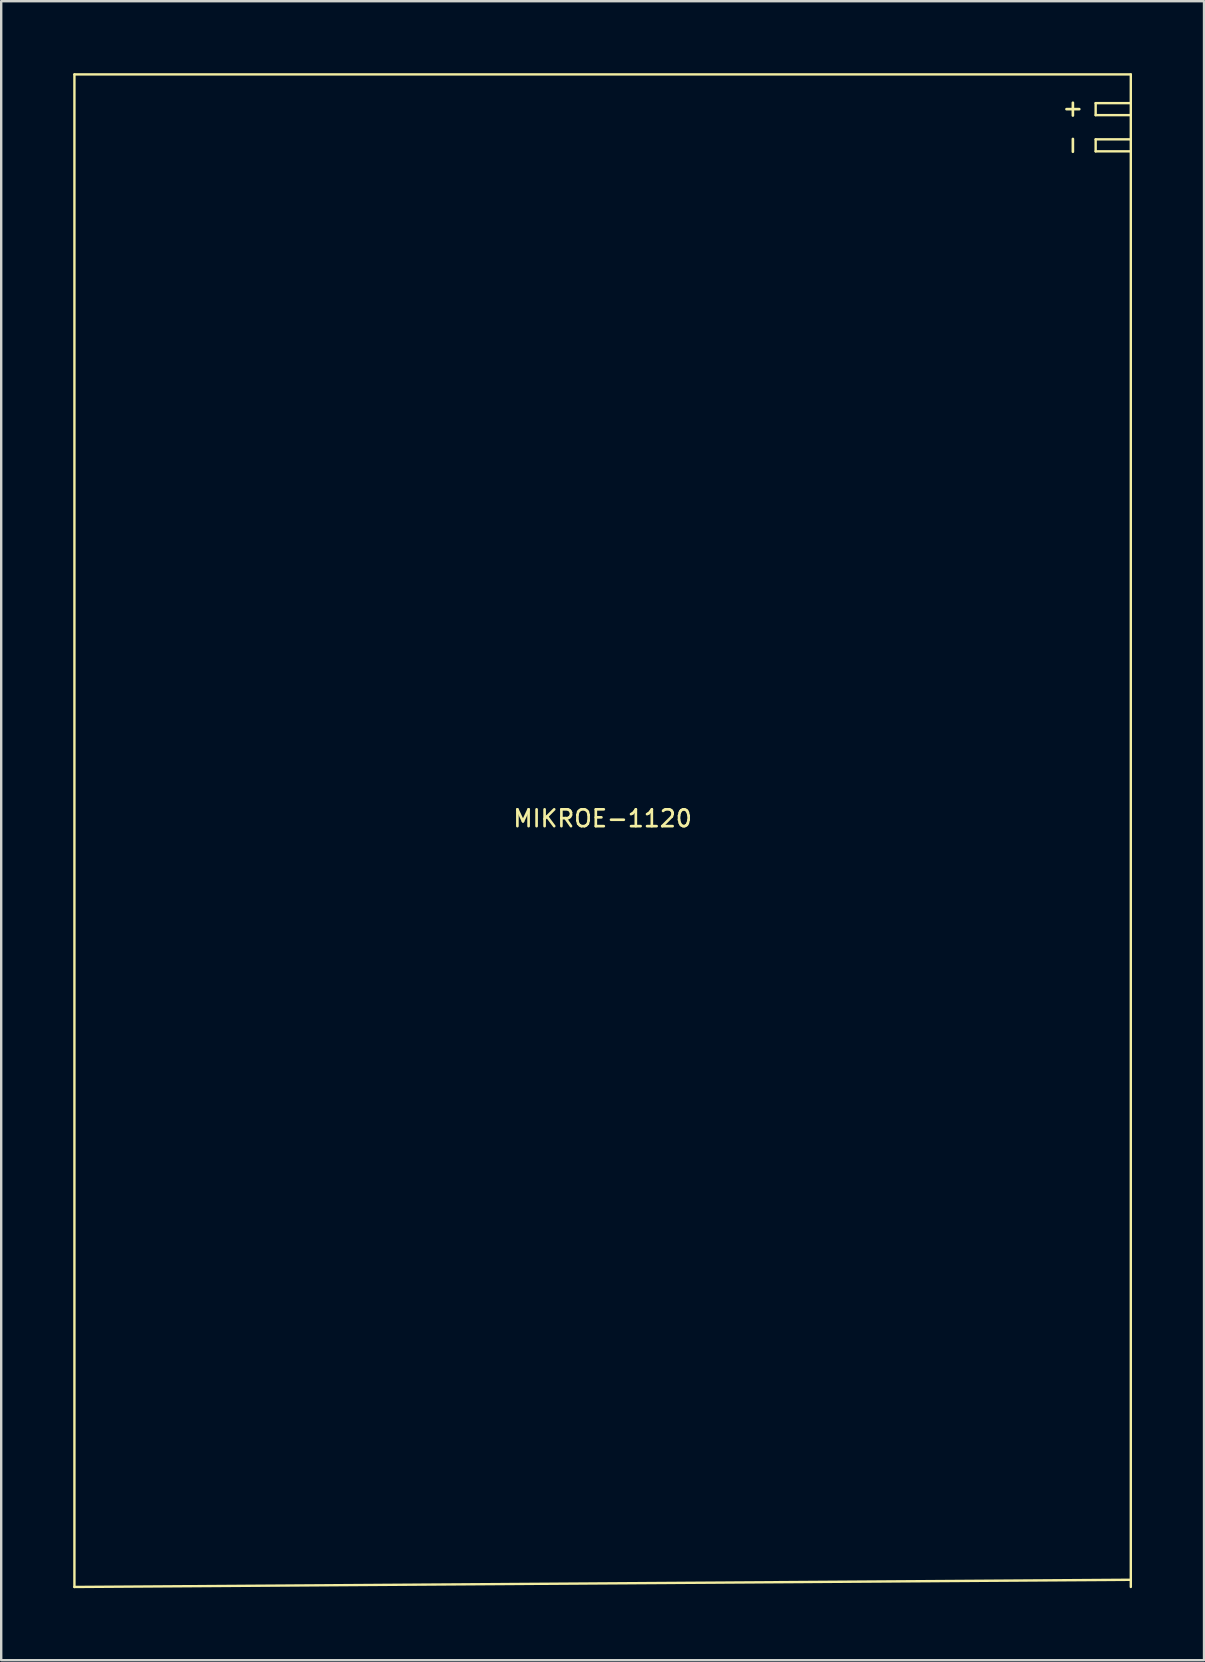
<source format=kicad_pcb>
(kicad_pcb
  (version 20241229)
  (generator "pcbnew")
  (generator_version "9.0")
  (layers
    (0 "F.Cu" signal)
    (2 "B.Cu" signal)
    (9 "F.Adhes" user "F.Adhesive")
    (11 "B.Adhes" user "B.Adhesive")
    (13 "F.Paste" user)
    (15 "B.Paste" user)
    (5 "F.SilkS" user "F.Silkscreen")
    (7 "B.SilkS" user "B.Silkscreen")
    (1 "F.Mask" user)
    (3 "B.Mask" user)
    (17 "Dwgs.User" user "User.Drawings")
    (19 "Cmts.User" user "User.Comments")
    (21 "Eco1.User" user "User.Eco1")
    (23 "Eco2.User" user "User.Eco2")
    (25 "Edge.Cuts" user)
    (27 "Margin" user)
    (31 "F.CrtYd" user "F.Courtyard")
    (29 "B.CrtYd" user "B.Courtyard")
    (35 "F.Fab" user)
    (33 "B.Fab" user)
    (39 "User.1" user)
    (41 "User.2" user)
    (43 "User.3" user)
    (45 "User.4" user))
  (footprint "MIKROE-1120"
    (layer "F.Cu")
    (at 22.05 31.55)
    (property "Reference" "MIKROE-1120" (at 0 -0.508 0) (layer "F.SilkS") (effects (font (size 0.7 0.7) (thickness 0.11))))
    (attr through_hole)
    (fp_line (start -22 -31.5) (end 22 -31.5) (stroke (width 0.1) (type solid)) (layer "F.SilkS"))
    (fp_line (start -22 31.5) (end -22 -31.5) (stroke (width 0.1) (type solid)) (layer "F.SilkS"))
    (fp_line (start -22 31.5) (end 22 31.2) (stroke (width 0.1) (type solid)) (layer "F.SilkS"))
    (fp_line (start 20.536 -30.304) (end 20.536 -29.804) (stroke (width 0.1) (type solid)) (layer "F.SilkS"))
    (fp_line (start 20.536 -29.804) (end 22 -29.804) (stroke (width 0.1) (type solid)) (layer "F.SilkS"))
    (fp_line (start 20.536 -28.796) (end 20.536 -28.296) (stroke (width 0.1) (type solid)) (layer "F.SilkS"))
    (fp_line (start 20.536 -28.796) (end 22 -28.796) (stroke (width 0.1) (type solid)) (layer "F.SilkS"))
    (fp_line (start 20.536 -28.296) (end 22 -28.296) (stroke (width 0.1) (type solid)) (layer "F.SilkS"))
    (fp_line (start 22 -31.5) (end 22 31.5) (stroke (width 0.1) (type solid)) (layer "F.SilkS"))
    (fp_line (start 22 -30.304) (end 20.536 -30.304) (stroke (width 0.1) (type solid)) (layer "F.SilkS"))
    (fp_text user "-" (at 19.536 -28.546 90) (layer "F.SilkS") (effects (font (size 0.7 0.7) (thickness 0.11))))
    (fp_text user "+" (at 19.536 -30.054 90) (layer "F.SilkS") (effects (font (size 0.7 0.7) (thickness 0.11)))))
  (gr_rect
    (start -3 -3)
    (end 47.1 66.1)
    (stroke (width 0.1) (type default))
    (fill no)
    (layer "Edge.Cuts")))
</source>
